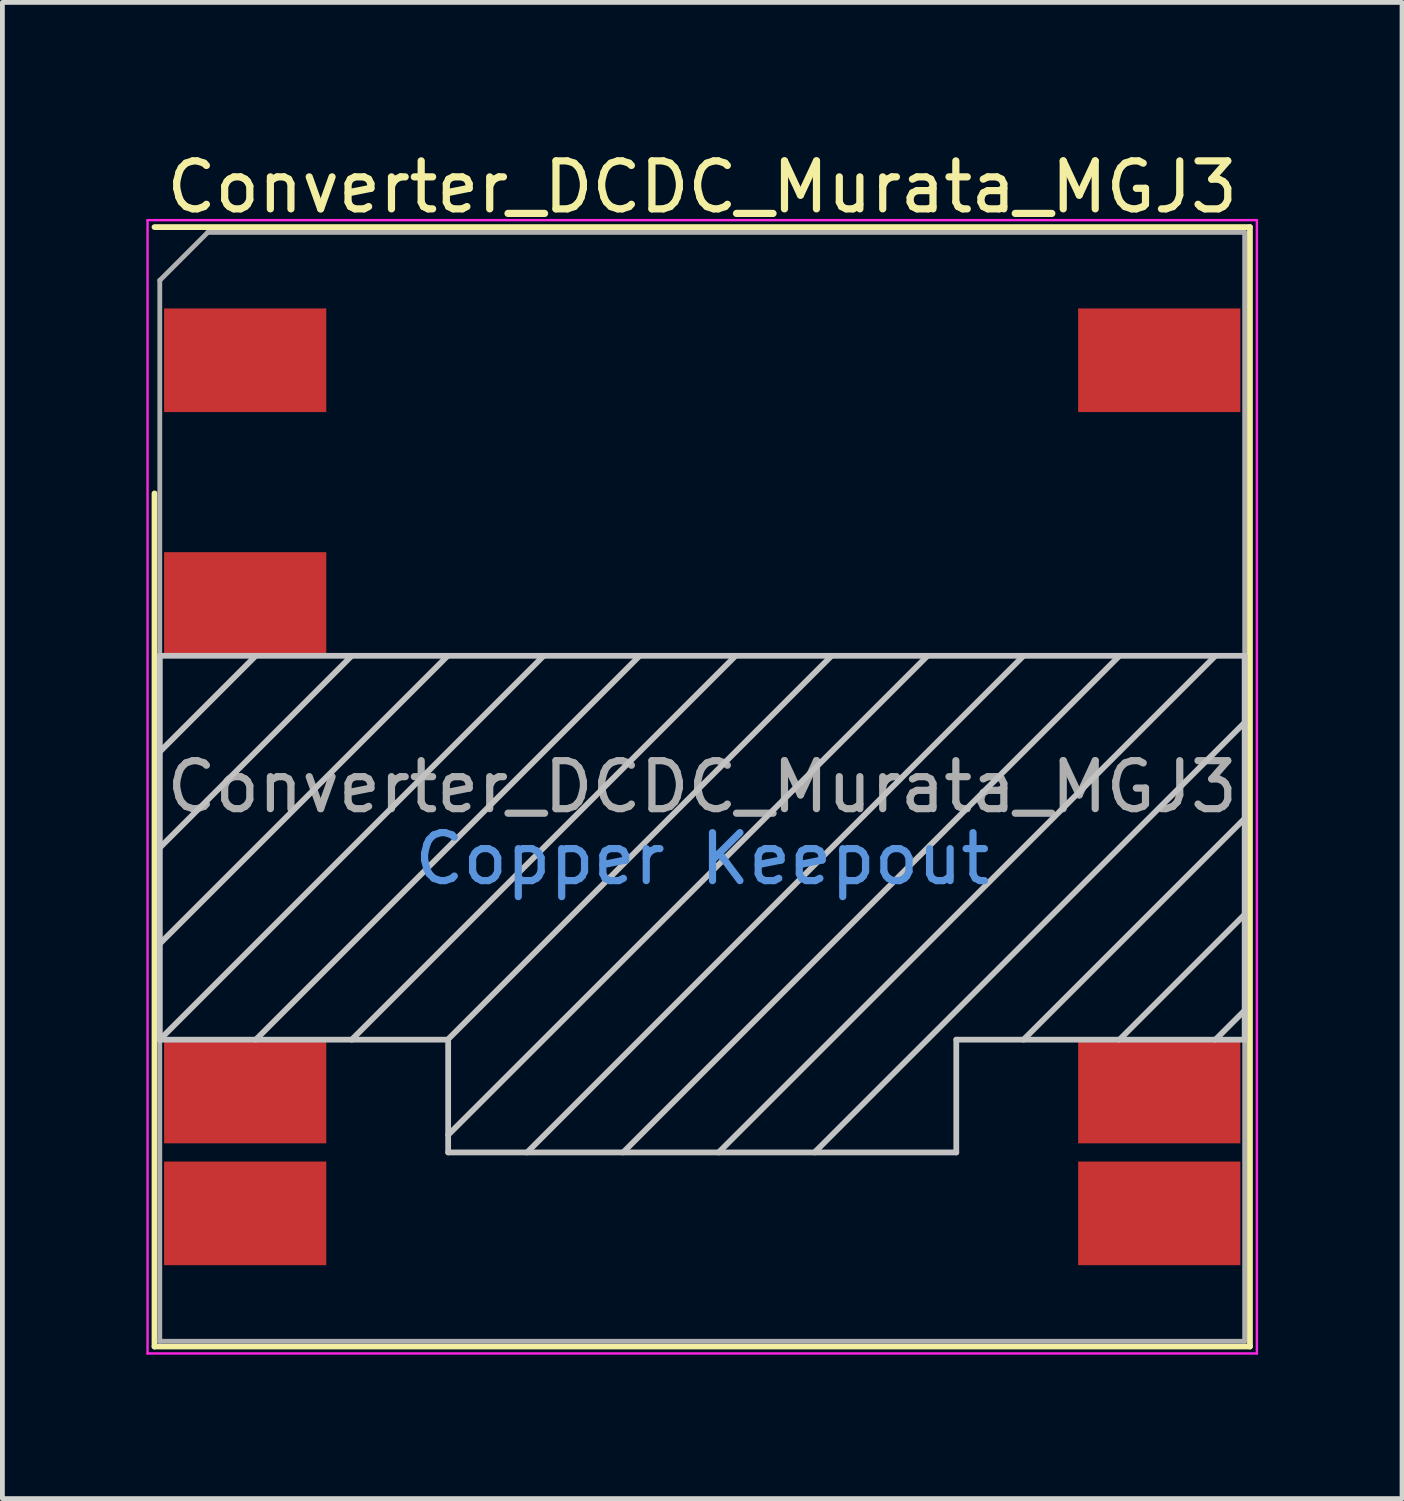
<source format=kicad_pcb>
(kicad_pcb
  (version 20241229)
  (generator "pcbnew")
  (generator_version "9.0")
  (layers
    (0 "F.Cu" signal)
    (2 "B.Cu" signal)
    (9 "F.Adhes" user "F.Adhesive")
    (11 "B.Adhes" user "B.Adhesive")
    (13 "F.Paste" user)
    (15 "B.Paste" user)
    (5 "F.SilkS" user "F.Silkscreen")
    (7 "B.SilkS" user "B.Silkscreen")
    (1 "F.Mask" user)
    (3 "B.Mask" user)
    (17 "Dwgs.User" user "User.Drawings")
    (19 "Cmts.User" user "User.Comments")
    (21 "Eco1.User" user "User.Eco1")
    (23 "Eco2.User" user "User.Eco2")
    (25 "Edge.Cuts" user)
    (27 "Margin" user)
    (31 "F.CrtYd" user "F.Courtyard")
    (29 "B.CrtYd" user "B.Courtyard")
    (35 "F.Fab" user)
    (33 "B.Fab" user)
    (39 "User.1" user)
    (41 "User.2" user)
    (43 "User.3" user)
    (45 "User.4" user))
  (footprint "Converter_DCDC_Murata_MGJ3"
    (layer "F.Cu")
    (at 11.585 13.348)
    (property "Reference" "Converter_DCDC_Murata_MGJ3" (at 0 -12.5 0) (layer "F.SilkS") (effects (font (size 1 1) (thickness 0.15))))
    (attr smd)
    (fp_line (start -11.415 -6.115) (end -11.415 11.665) (stroke (width 0.12) (type solid)) (layer "F.SilkS"))
    (fp_line (start 11.415 -11.665) (end -11.415 -11.665) (stroke (width 0.12) (type solid)) (layer "F.SilkS"))
    (fp_line (start 11.415 -11.665) (end 11.415 11.665) (stroke (width 0.12) (type solid)) (layer "F.SilkS"))
    (fp_line (start 11.415 11.665) (end -11.415 11.665) (stroke (width 0.12) (type solid)) (layer "F.SilkS"))
    (fp_line (start -11.305 -2.73) (end 11.305 -2.73) (stroke (width 0.12) (type solid)) (layer "Dwgs.User"))
    (fp_line (start -11.305 -0.73) (end -9.305 -2.73) (stroke (width 0.12) (type solid)) (layer "Dwgs.User"))
    (fp_line (start -11.305 1.27) (end -7.305 -2.73) (stroke (width 0.12) (type solid)) (layer "Dwgs.User"))
    (fp_line (start -11.305 3.27) (end -5.305 -2.73) (stroke (width 0.12) (type solid)) (layer "Dwgs.User"))
    (fp_line (start -11.305 5.27) (end -11.305 -2.73) (stroke (width 0.12) (type solid)) (layer "Dwgs.User"))
    (fp_line (start -11.305 5.27) (end -3.305 -2.73) (stroke (width 0.12) (type solid)) (layer "Dwgs.User"))
    (fp_line (start -9.305 5.27) (end -1.305 -2.73) (stroke (width 0.12) (type solid)) (layer "Dwgs.User"))
    (fp_line (start -7.305 5.27) (end 0.695 -2.73) (stroke (width 0.12) (type solid)) (layer "Dwgs.User"))
    (fp_line (start -5.305 5.27) (end 2.695 -2.73) (stroke (width 0.12) (type solid)) (layer "Dwgs.User"))
    (fp_line (start -5.295 5.27) (end -11.305 5.27) (stroke (width 0.12) (type solid)) (layer "Dwgs.User"))
    (fp_line (start -5.295 7.255) (end 4.695 -2.73) (stroke (width 0.12) (type solid)) (layer "Dwgs.User"))
    (fp_line (start -5.295 7.62) (end -5.295 5.27) (stroke (width 0.12) (type solid)) (layer "Dwgs.User"))
    (fp_line (start -3.65 7.62) (end 6.695 -2.73) (stroke (width 0.12) (type solid)) (layer "Dwgs.User"))
    (fp_line (start -1.65 7.62) (end 8.695 -2.73) (stroke (width 0.12) (type solid)) (layer "Dwgs.User"))
    (fp_line (start 0.342 7.62) (end 10.695 -2.73) (stroke (width 0.12) (type solid)) (layer "Dwgs.User"))
    (fp_line (start 2.34 7.62) (end 11.305 -1.34) (stroke (width 0.12) (type solid)) (layer "Dwgs.User"))
    (fp_line (start 5.295 5.27) (end 5.295 7.62) (stroke (width 0.12) (type solid)) (layer "Dwgs.User"))
    (fp_line (start 5.295 7.62) (end -5.295 7.62) (stroke (width 0.12) (type solid)) (layer "Dwgs.User"))
    (fp_line (start 6.695 5.27) (end 11.305 0.66) (stroke (width 0.12) (type solid)) (layer "Dwgs.User"))
    (fp_line (start 8.695 5.27) (end 11.305 2.66) (stroke (width 0.12) (type solid)) (layer "Dwgs.User"))
    (fp_line (start 10.695 5.27) (end 11.305 4.66) (stroke (width 0.12) (type solid)) (layer "Dwgs.User"))
    (fp_line (start 11.305 -2.73) (end 11.305 5.27) (stroke (width 0.12) (type solid)) (layer "Dwgs.User"))
    (fp_line (start 11.305 5.27) (end 5.295 5.27) (stroke (width 0.12) (type solid)) (layer "Dwgs.User"))
    (fp_line (start -11.56 -11.81) (end -11.56 11.81) (stroke (width 0.05) (type solid)) (layer "F.CrtYd"))
    (fp_line (start -11.56 11.81) (end 11.56 11.81) (stroke (width 0.05) (type solid)) (layer "F.CrtYd"))
    (fp_line (start 11.56 -11.81) (end -11.56 -11.81) (stroke (width 0.05) (type solid)) (layer "F.CrtYd"))
    (fp_line (start 11.56 11.81) (end 11.56 -11.81) (stroke (width 0.05) (type solid)) (layer "F.CrtYd"))
    (fp_line (start -11.305 -10.555) (end -11.305 11.555) (stroke (width 0.1) (type solid)) (layer "F.Fab"))
    (fp_line (start -11.305 -10.555) (end -10.305 -11.555) (stroke (width 0.1) (type solid)) (layer "F.Fab"))
    (fp_line (start -11.305 11.555) (end 11.305 11.555) (stroke (width 0.1) (type solid)) (layer "F.Fab"))
    (fp_line (start 11.305 -11.555) (end -10.305 -11.555) (stroke (width 0.1) (type solid)) (layer "F.Fab"))
    (fp_line (start 11.305 -11.555) (end 11.305 11.555) (stroke (width 0.1) (type solid)) (layer "F.Fab"))
    (fp_text user "Copper Keepout" (at 0 1.5 0) (layer "Cmts.User") (effects (font (size 1 1) (thickness 0.15))))
    (fp_text user "${REFERENCE}" (at 0 0 0) (layer "F.Fab") (effects (font (size 1 1) (thickness 0.15))))
    (pad "1" smd rect (at -9.525 -8.89) (size 3.38 2.16) (layers "F.Cu" "F.Mask" "F.Paste"))
    (pad "3" smd rect (at -9.525 -3.81) (size 3.38 2.16) (layers "F.Cu" "F.Mask" "F.Paste"))
    (pad "7" smd rect (at -9.525 6.35) (size 3.38 2.16) (layers "F.Cu" "F.Mask" "F.Paste"))
    (pad "8" smd rect (at -9.525 8.89) (size 3.38 2.16) (layers "F.Cu" "F.Mask" "F.Paste"))
    (pad "9" smd rect (at 9.525 8.89) (size 3.38 2.16) (layers "F.Cu" "F.Mask" "F.Paste"))
    (pad "10" smd rect (at 9.525 6.35) (size 3.38 2.16) (layers "F.Cu" "F.Mask" "F.Paste"))
    (pad "16" smd rect (at 9.525 -8.89) (size 3.38 2.16) (layers "F.Cu" "F.Mask" "F.Paste")))
  (gr_rect
    (start -3 -3)
    (end 26.17 28.183)
    (stroke (width 0.1) (type default))
    (fill no)
    (layer "Edge.Cuts")))
</source>
